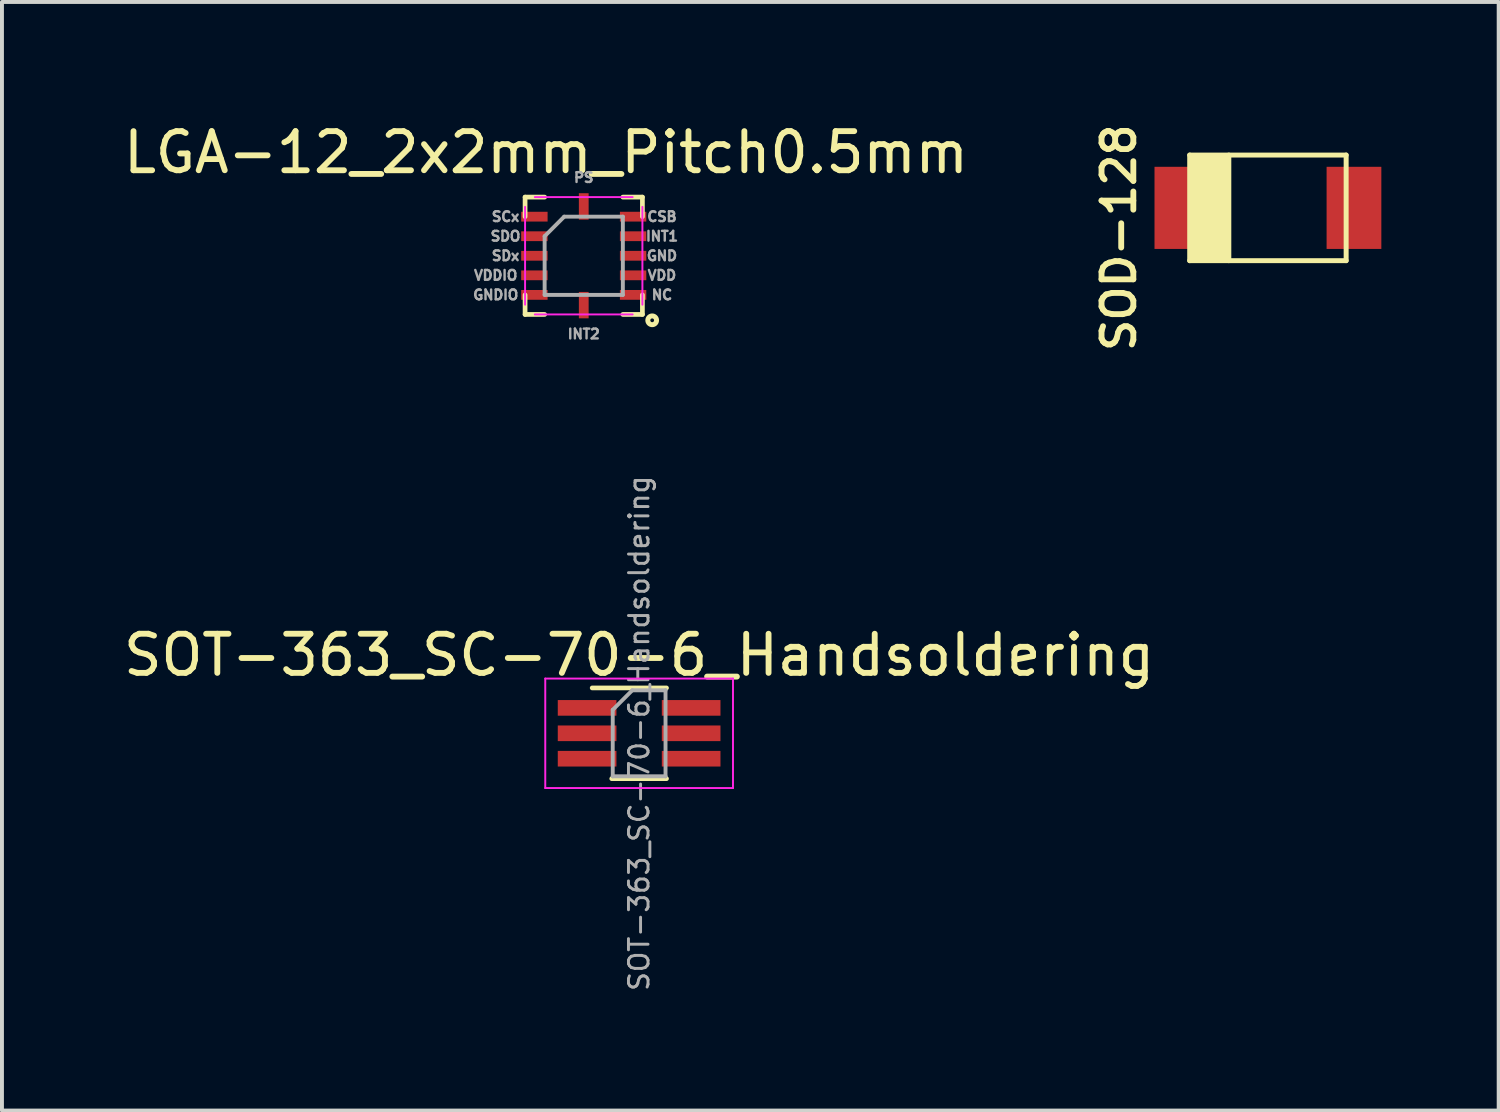
<source format=kicad_pcb>
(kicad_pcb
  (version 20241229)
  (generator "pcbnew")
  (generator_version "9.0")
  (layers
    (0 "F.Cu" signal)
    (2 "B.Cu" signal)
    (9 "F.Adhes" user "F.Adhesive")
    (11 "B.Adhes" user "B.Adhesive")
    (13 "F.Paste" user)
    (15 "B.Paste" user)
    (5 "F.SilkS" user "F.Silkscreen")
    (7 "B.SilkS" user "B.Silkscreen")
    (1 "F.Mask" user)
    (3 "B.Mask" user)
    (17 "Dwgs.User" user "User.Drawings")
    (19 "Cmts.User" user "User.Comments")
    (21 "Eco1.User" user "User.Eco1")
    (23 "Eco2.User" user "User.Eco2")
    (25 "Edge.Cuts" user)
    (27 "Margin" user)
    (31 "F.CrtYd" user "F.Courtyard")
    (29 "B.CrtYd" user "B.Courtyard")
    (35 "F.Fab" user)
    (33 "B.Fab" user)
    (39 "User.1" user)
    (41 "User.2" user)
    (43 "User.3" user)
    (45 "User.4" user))
  (footprint "LGA-12_2x2mm_Pitch0.5mm"
    (layer "F.Cu")
    (at 11.876 3.49)
    (property "Reference" "LGA-12_2x2mm_Pitch0.5mm" (at -0.965 -2.642 0) (layer "F.SilkS") (effects (font (size 1 1) (thickness 0.15))))
    (attr smd)
    (fp_line (start -1.5 -1.5) (end -1.5 -1) (stroke (width 0.12) (type solid)) (layer "F.SilkS"))
    (fp_line (start -1.5 1.5) (end -1.5 1) (stroke (width 0.12) (type solid)) (layer "F.SilkS"))
    (fp_line (start -1 -1.5) (end -1.5 -1.5) (stroke (width 0.12) (type solid)) (layer "F.SilkS"))
    (fp_line (start -1 1.5) (end -1.5 1.5) (stroke (width 0.12) (type solid)) (layer "F.SilkS"))
    (fp_line (start 1 -1.5) (end 1.5 -1.5) (stroke (width 0.12) (type solid)) (layer "F.SilkS"))
    (fp_line (start 1.5 -1.5) (end 1.5 -1) (stroke (width 0.12) (type solid)) (layer "F.SilkS"))
    (fp_line (start 1.5 1) (end 1.5 1.5) (stroke (width 0.12) (type solid)) (layer "F.SilkS"))
    (fp_line (start 1.5 1.5) (end 1 1.5) (stroke (width 0.12) (type solid)) (layer "F.SilkS"))
    (fp_circle (center 1.75 1.65) (end 1.8 1.75) (stroke (width 0.127) (type solid)) (fill no) (layer "F.SilkS"))
    (fp_line (start -1.5 1.25) (end -1.5 -1.25) (stroke (width 0.05) (type solid)) (layer "F.CrtYd"))
    (fp_line (start -1.25 -1.5) (end 1.25 -1.5) (stroke (width 0.05) (type solid)) (layer "F.CrtYd"))
    (fp_line (start 1.25 1.5) (end -1.25 1.5) (stroke (width 0.05) (type solid)) (layer "F.CrtYd"))
    (fp_line (start 1.5 -1.25) (end 1.5 1.25) (stroke (width 0.05) (type solid)) (layer "F.CrtYd"))
    (fp_line (start -1 -0.5) (end -0.5 -1) (stroke (width 0.1) (type solid)) (layer "F.Fab"))
    (fp_line (start -1 1) (end -1 -0.5) (stroke (width 0.1) (type solid)) (layer "F.Fab"))
    (fp_line (start -0.5 -1) (end 1 -1) (stroke (width 0.1) (type solid)) (layer "F.Fab"))
    (fp_line (start 1 -1) (end 1 1) (stroke (width 0.1) (type solid)) (layer "F.Fab"))
    (fp_line (start 1 1) (end -1 1) (stroke (width 0.1) (type solid)) (layer "F.Fab"))
    (fp_text user "GND" (at 2 0 0) (layer "F.Fab") (effects (font (size 0.25 0.25) (thickness 0.062))))
    (fp_text user "VDD" (at 2 0.5 0) (layer "F.Fab") (effects (font (size 0.25 0.25) (thickness 0.062))))
    (fp_text user "INT1" (at 2 -0.5 0) (layer "F.Fab") (effects (font (size 0.25 0.25) (thickness 0.062))))
    (fp_text user "CSB" (at 2 -1 0) (layer "F.Fab") (effects (font (size 0.25 0.25) (thickness 0.062))))
    (fp_text user "SCx" (at -2 -1 0) (layer "F.Fab") (effects (font (size 0.25 0.25) (thickness 0.062))))
    (fp_text user "SDO" (at -2 -0.5 0) (layer "F.Fab") (effects (font (size 0.25 0.25) (thickness 0.062))))
    (fp_text user "SDx" (at -2 0 0) (layer "F.Fab") (effects (font (size 0.25 0.25) (thickness 0.062))))
    (fp_text user "GNDIO" (at -2.25 1 0) (layer "F.Fab") (effects (font (size 0.25 0.25) (thickness 0.062))))
    (fp_text user "PS" (at 0 -2 0) (layer "F.Fab") (effects (font (size 0.25 0.25) (thickness 0.062))))
    (fp_text user "INT2" (at 0 2 0) (layer "F.Fab") (effects (font (size 0.25 0.25) (thickness 0.062))))
    (fp_text user "NC" (at 2 1 0) (layer "F.Fab") (effects (font (size 0.25 0.25) (thickness 0.062))))
    (fp_text user "VDDIO" (at -2.25 0.5 0) (layer "F.Fab") (effects (font (size 0.25 0.25) (thickness 0.062))))
    (pad "1" smd rect (at 1.262 1) (size 0.675 0.25) (layers "F.Cu" "F.Mask" "F.Paste"))
    (pad "2" smd rect (at 1.262 0.5) (size 0.675 0.25) (layers "F.Cu" "F.Mask" "F.Paste"))
    (pad "3" smd rect (at 1.262 0) (size 0.675 0.25) (layers "F.Cu" "F.Mask" "F.Paste"))
    (pad "4" smd rect (at 1.262 -0.5) (size 0.675 0.25) (layers "F.Cu" "F.Mask" "F.Paste"))
    (pad "5" smd rect (at 1.262 -1) (size 0.675 0.25) (layers "F.Cu" "F.Mask" "F.Paste"))
    (pad "6" smd rect (at 0 -1.262) (size 0.25 0.675) (layers "F.Cu" "F.Mask" "F.Paste"))
    (pad "7" smd rect (at -1.262 -1) (size 0.675 0.25) (layers "F.Cu" "F.Mask" "F.Paste"))
    (pad "8" smd rect (at -1.262 -0.5) (size 0.675 0.25) (layers "F.Cu" "F.Mask" "F.Paste"))
    (pad "9" smd rect (at -1.262 0) (size 0.675 0.25) (layers "F.Cu" "F.Mask" "F.Paste"))
    (pad "10" smd rect (at -1.262 0.5) (size 0.675 0.25) (layers "F.Cu" "F.Mask" "F.Paste"))
    (pad "11" smd rect (at -1.262 1) (size 0.675 0.25) (layers "F.Cu" "F.Mask" "F.Paste"))
    (pad "12" smd rect (at 0 1.262) (size 0.25 0.675) (layers "F.Cu" "F.Mask" "F.Paste")))
  (footprint "SOT-363_SC-70-6_Handsoldering"
    (layer "F.Cu")
    (at 13.292 15.7)
    (property "Reference" "SOT-363_SC-70-6_Handsoldering" (at 0 -2 0) (layer "F.SilkS") (effects (font (size 1 1) (thickness 0.15))))
    (attr smd)
    (fp_line (start -0.7 1.16) (end 0.7 1.16) (stroke (width 0.12) (type solid)) (layer "F.SilkS"))
    (fp_line (start 0.7 -1.16) (end -1.2 -1.16) (stroke (width 0.12) (type solid)) (layer "F.SilkS"))
    (fp_line (start -2.4 -1.4) (end -2.4 1.4) (stroke (width 0.05) (type solid)) (layer "F.CrtYd"))
    (fp_line (start -2.4 -1.4) (end 2.4 -1.4) (stroke (width 0.05) (type solid)) (layer "F.CrtYd"))
    (fp_line (start -2.4 1.4) (end 2.4 1.4) (stroke (width 0.05) (type solid)) (layer "F.CrtYd"))
    (fp_line (start 2.4 1.4) (end 2.4 -1.4) (stroke (width 0.05) (type solid)) (layer "F.CrtYd"))
    (fp_line (start -0.675 -0.6) (end -0.675 1.1) (stroke (width 0.1) (type solid)) (layer "F.Fab"))
    (fp_line (start -0.175 -1.1) (end -0.675 -0.6) (stroke (width 0.1) (type solid)) (layer "F.Fab"))
    (fp_line (start 0.675 -1.1) (end -0.175 -1.1) (stroke (width 0.1) (type solid)) (layer "F.Fab"))
    (fp_line (start 0.675 -1.1) (end 0.675 1.1) (stroke (width 0.1) (type solid)) (layer "F.Fab"))
    (fp_line (start 0.675 1.1) (end -0.675 1.1) (stroke (width 0.1) (type solid)) (layer "F.Fab"))
    (fp_text user "${REFERENCE}" (at 0 0 90) (layer "F.Fab") (effects (font (size 0.5 0.5) (thickness 0.075))))
    (pad "1" smd rect (at -1.33 -0.65) (size 1.5 0.4) (layers "F.Cu" "F.Mask" "F.Paste"))
    (pad "2" smd rect (at -1.33 0) (size 1.5 0.4) (layers "F.Cu" "F.Mask" "F.Paste"))
    (pad "3" smd rect (at -1.33 0.65) (size 1.5 0.4) (layers "F.Cu" "F.Mask" "F.Paste"))
    (pad "4" smd rect (at 1.33 0.65) (size 1.5 0.4) (layers "F.Cu" "F.Mask" "F.Paste"))
    (pad "5" smd rect (at 1.33 0) (size 1.5 0.4) (layers "F.Cu" "F.Mask" "F.Paste"))
    (pad "6" smd rect (at 1.33 -0.65) (size 1.5 0.4) (layers "F.Cu" "F.Mask" "F.Paste")))
  (footprint "SOD-128"
    (layer "F.Cu")
    (at 29.37 2.265)
    (property "Reference" "SOD-128" (at -3.81 0.762 270) (layer "F.SilkS") (effects (font (size 0.813 0.813) (thickness 0.15))))
    (attr smd)
    (fp_line (start -2 -1.35) (end -2 1.35) (stroke (width 0.127) (type solid)) (layer "F.SilkS"))
    (fp_line (start -2 1.35) (end 2 1.35) (stroke (width 0.127) (type solid)) (layer "F.SilkS"))
    (fp_line (start -1.9 -1.3) (end -1.9 1.3) (stroke (width 0.127) (type solid)) (layer "F.SilkS"))
    (fp_line (start -1.8 -1.3) (end -1.9 -1.3) (stroke (width 0.127) (type solid)) (layer "F.SilkS"))
    (fp_line (start -1.8 1.3) (end -1.8 -1.3) (stroke (width 0.127) (type solid)) (layer "F.SilkS"))
    (fp_line (start -1.7 -1.3) (end -1.7 1.3) (stroke (width 0.127) (type solid)) (layer "F.SilkS"))
    (fp_line (start -1.7 1.3) (end -1.8 1.3) (stroke (width 0.127) (type solid)) (layer "F.SilkS"))
    (fp_line (start -1.6 -1.3) (end -1.7 -1.3) (stroke (width 0.127) (type solid)) (layer "F.SilkS"))
    (fp_line (start -1.6 1.3) (end -1.6 -1.3) (stroke (width 0.127) (type solid)) (layer "F.SilkS"))
    (fp_line (start -1.5 -1.3) (end -1.5 1.3) (stroke (width 0.127) (type solid)) (layer "F.SilkS"))
    (fp_line (start -1.5 1.3) (end -1.6 1.3) (stroke (width 0.127) (type solid)) (layer "F.SilkS"))
    (fp_line (start -1.4 -1.3) (end -1.5 -1.3) (stroke (width 0.127) (type solid)) (layer "F.SilkS"))
    (fp_line (start -1.4 1.3) (end -1.4 -1.3) (stroke (width 0.127) (type solid)) (layer "F.SilkS"))
    (fp_line (start -1.3 -1.3) (end -1.3 1.3) (stroke (width 0.127) (type solid)) (layer "F.SilkS"))
    (fp_line (start -1.3 1.3) (end -1.4 1.3) (stroke (width 0.127) (type solid)) (layer "F.SilkS"))
    (fp_line (start -1.2 -1.3) (end -1.3 -1.3) (stroke (width 0.127) (type solid)) (layer "F.SilkS"))
    (fp_line (start -1.2 1.3) (end -1.2 -1.3) (stroke (width 0.127) (type solid)) (layer "F.SilkS"))
    (fp_line (start -1.1 -1.3) (end -1.1 1.3) (stroke (width 0.127) (type solid)) (layer "F.SilkS"))
    (fp_line (start -1.1 1.3) (end -1.2 1.3) (stroke (width 0.127) (type solid)) (layer "F.SilkS"))
    (fp_line (start -1 -1.35) (end -1 1.35) (stroke (width 0.127) (type solid)) (layer "F.SilkS"))
    (fp_line (start 2 -1.35) (end -2 -1.35) (stroke (width 0.127) (type solid)) (layer "F.SilkS"))
    (fp_line (start 2 1.35) (end 2 -1.35) (stroke (width 0.127) (type solid)) (layer "F.SilkS"))
    (pad "1" smd rect (at -2.2 0) (size 1.4 2.1) (layers "F.Cu" "F.Mask" "F.Paste"))
    (pad "2" smd rect (at 2.2 0) (size 1.4 2.1) (layers "F.Cu" "F.Mask" "F.Paste")))
  (gr_rect
    (start -3 -3)
    (end 35.27 25.346)
    (stroke (width 0.1) (type default))
    (fill no)
    (layer "Edge.Cuts")))
</source>
